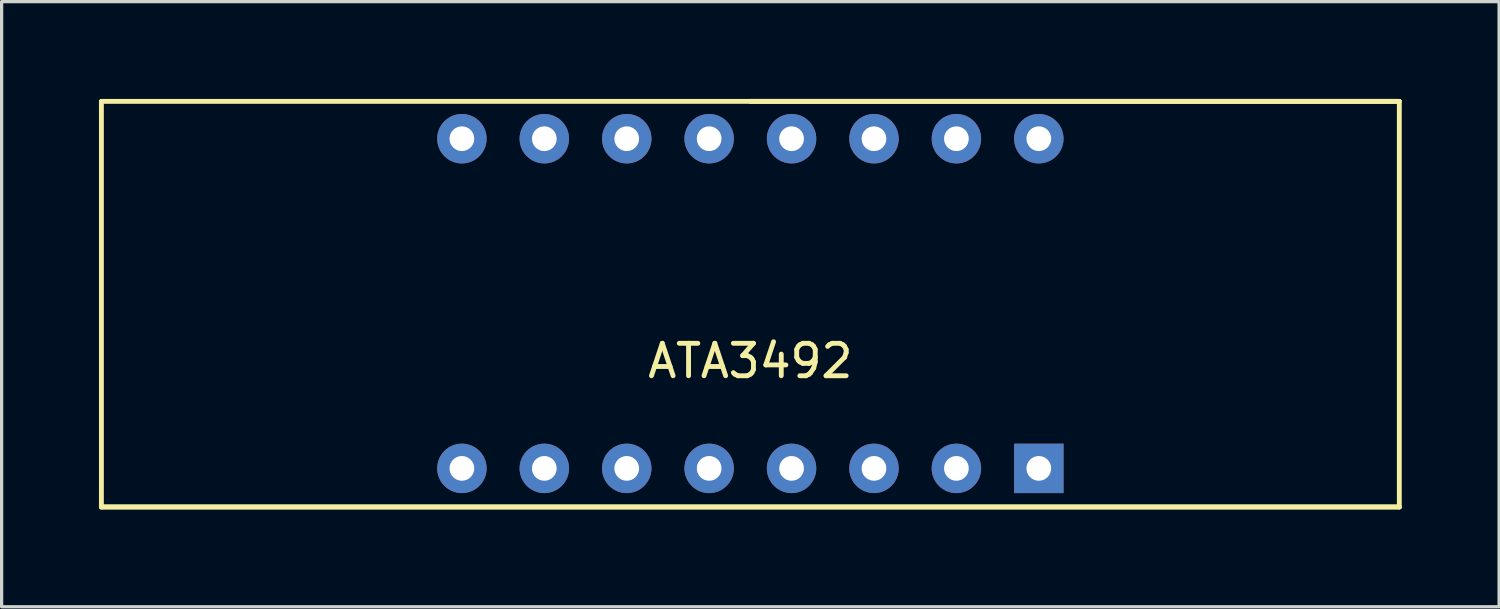
<source format=kicad_pcb>
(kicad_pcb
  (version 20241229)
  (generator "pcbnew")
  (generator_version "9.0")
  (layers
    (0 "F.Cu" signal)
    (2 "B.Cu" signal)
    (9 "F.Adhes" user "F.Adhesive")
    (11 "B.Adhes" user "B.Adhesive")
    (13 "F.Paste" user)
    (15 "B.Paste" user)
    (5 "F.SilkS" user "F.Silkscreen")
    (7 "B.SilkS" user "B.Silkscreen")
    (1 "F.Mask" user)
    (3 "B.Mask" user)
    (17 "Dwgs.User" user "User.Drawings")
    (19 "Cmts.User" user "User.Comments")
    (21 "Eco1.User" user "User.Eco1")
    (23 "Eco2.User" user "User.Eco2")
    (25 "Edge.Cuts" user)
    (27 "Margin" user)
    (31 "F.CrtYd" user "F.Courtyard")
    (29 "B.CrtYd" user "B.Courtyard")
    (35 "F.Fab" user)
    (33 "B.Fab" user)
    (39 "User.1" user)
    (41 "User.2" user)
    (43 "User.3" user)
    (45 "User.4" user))
  (footprint "ATA3492"
    (layer "F.Cu")
    (at 20.075 6.305)
    (property "Reference" "ATA3492" (at 0 1.77 0) (layer "F.SilkS") (effects (font (size 1 1) (thickness 0.15))))
    (attr through_hole)
    (fp_line (start -20 -6.23) (end 20 -6.23) (stroke (width 0.15) (type solid)) (layer "F.SilkS"))
    (fp_line (start -20 6.27) (end -20 -6.23) (stroke (width 0.15) (type solid)) (layer "F.SilkS"))
    (fp_line (start -20 6.27) (end 20 6.27) (stroke (width 0.15) (type solid)) (layer "F.SilkS"))
    (fp_line (start 0 -6.23) (end 20 -6.23) (stroke (width 0.15) (type solid)) (layer "F.SilkS"))
    (fp_line (start 20 -6.23) (end 20 6.27) (stroke (width 0.15) (type solid)) (layer "F.SilkS"))
    (fp_line (start 20 6.27) (end -20 6.27) (stroke (width 0.15) (type solid)) (layer "F.SilkS"))
    (pad "1" thru_hole rect (at 8.89 5.08 180) (size 1.524 1.524) (drill 0.762) (layers "*.Cu" "*.Mask"))
    (pad "2" thru_hole circle (at 6.35 5.08 180) (size 1.524 1.524) (drill 0.762) (layers "*.Cu" "*.Mask"))
    (pad "3" thru_hole circle (at 3.81 5.08 180) (size 1.524 1.524) (drill 0.762) (layers "*.Cu" "*.Mask"))
    (pad "4" thru_hole circle (at 1.27 5.08 180) (size 1.524 1.524) (drill 0.762) (layers "*.Cu" "*.Mask"))
    (pad "5" thru_hole circle (at -1.27 5.08 180) (size 1.524 1.524) (drill 0.762) (layers "*.Cu" "*.Mask"))
    (pad "6" thru_hole circle (at -3.81 5.08 180) (size 1.524 1.524) (drill 0.762) (layers "*.Cu" "*.Mask"))
    (pad "7" thru_hole circle (at -6.35 5.08 180) (size 1.524 1.524) (drill 0.762) (layers "*.Cu" "*.Mask"))
    (pad "8" thru_hole circle (at -8.89 5.08 180) (size 1.524 1.524) (drill 0.762) (layers "*.Cu" "*.Mask"))
    (pad "9" thru_hole circle (at -8.89 -5.08) (size 1.524 1.524) (drill 0.762) (layers "*.Cu" "*.Mask"))
    (pad "10" thru_hole circle (at -6.35 -5.08) (size 1.524 1.524) (drill 0.762) (layers "*.Cu" "*.Mask"))
    (pad "11" thru_hole circle (at -3.81 -5.08) (size 1.524 1.524) (drill 0.762) (layers "*.Cu" "*.Mask"))
    (pad "12" thru_hole circle (at -1.27 -5.08) (size 1.524 1.524) (drill 0.762) (layers "*.Cu" "*.Mask"))
    (pad "13" thru_hole circle (at 1.27 -5.08) (size 1.524 1.524) (drill 0.762) (layers "*.Cu" "*.Mask"))
    (pad "14" thru_hole circle (at 3.81 -5.08) (size 1.524 1.524) (drill 0.762) (layers "*.Cu" "*.Mask"))
    (pad "15" thru_hole circle (at 6.35 -5.08) (size 1.524 1.524) (drill 0.762) (layers "*.Cu" "*.Mask"))
    (pad "16" thru_hole circle (at 8.89 -5.08) (size 1.524 1.524) (drill 0.762) (layers "*.Cu" "*.Mask")))
  (gr_rect
    (start -3 -3)
    (end 43.15 15.65)
    (stroke (width 0.1) (type default))
    (fill no)
    (layer "Edge.Cuts")))
</source>
